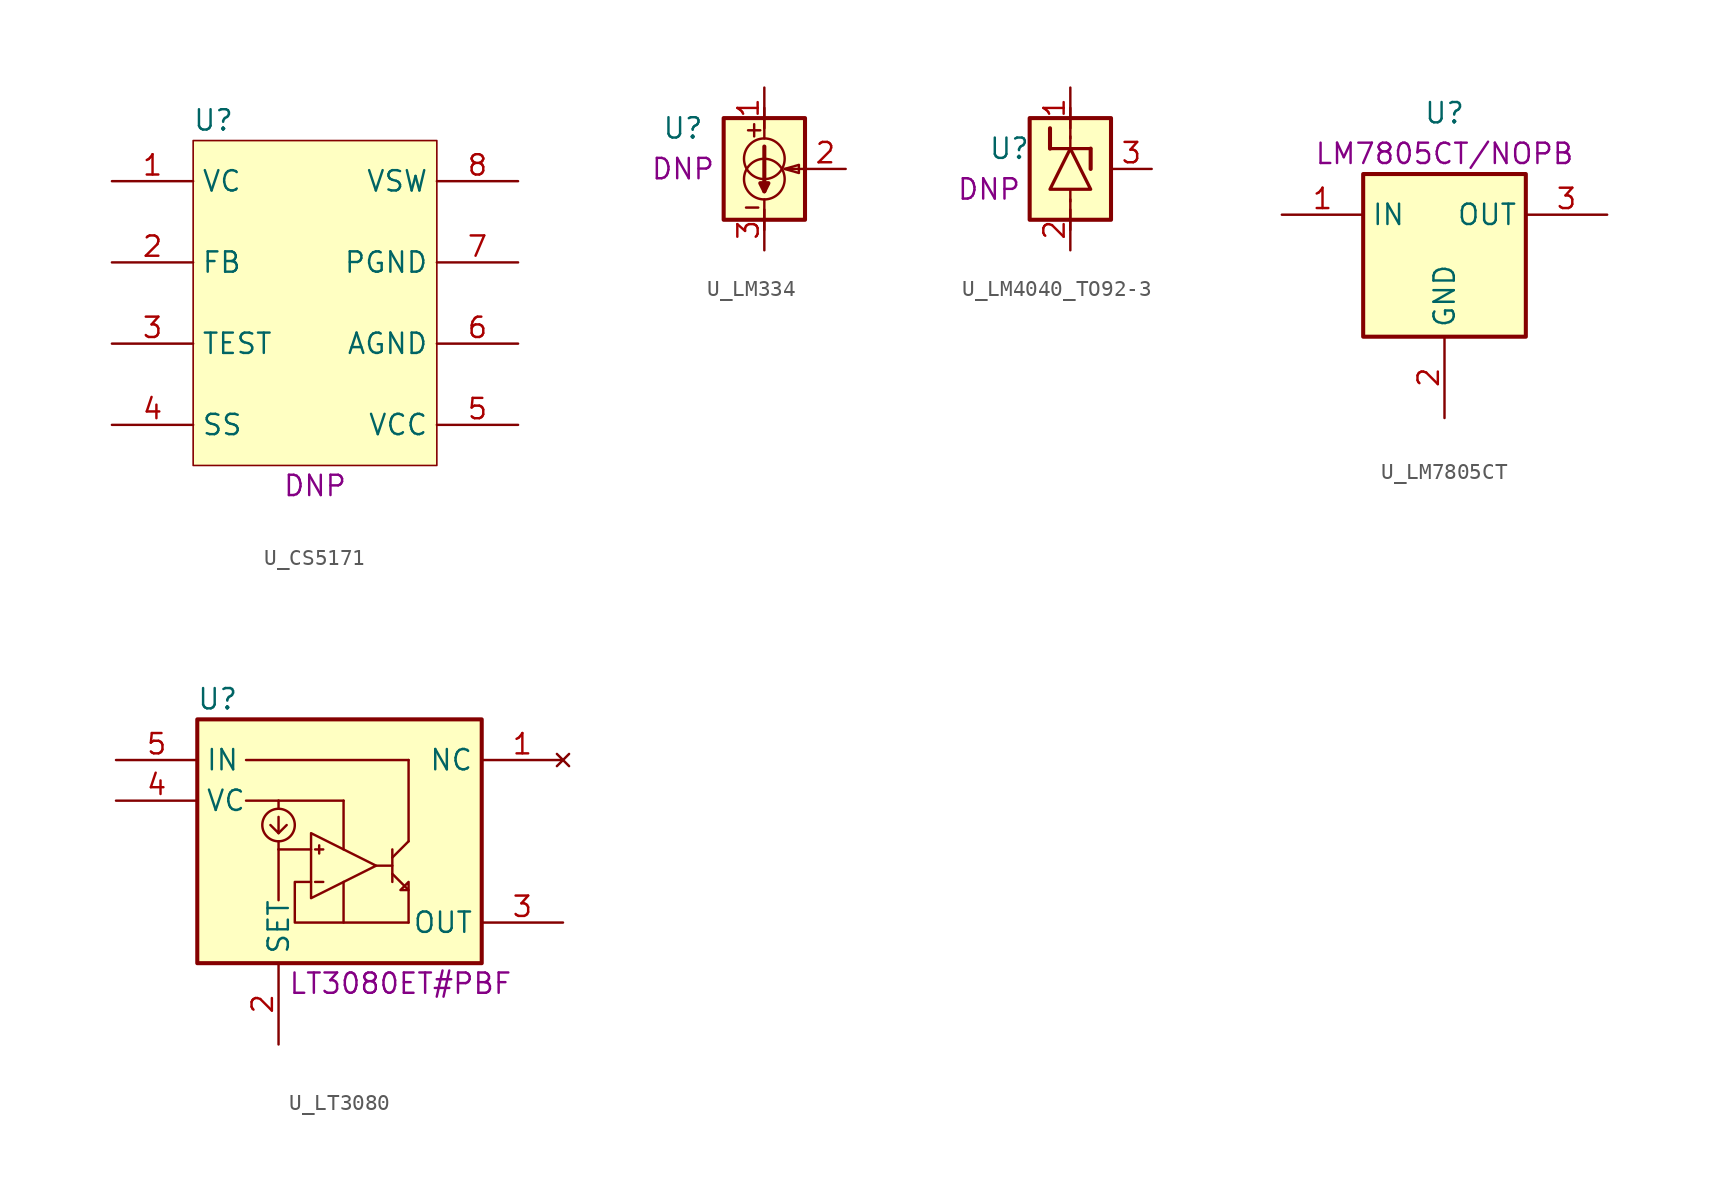
<source format=kicad_sym>
(kicad_symbol_lib
  (version 20211014)
  (generator kicad_symbol_editor)
  (symbol "U_CS5171"
    (property "Reference" "U"
      (at -6.35 11.43 0)
      (effects (font (size 1.27 1.27))))
    (property "MPN" "DNP"
      (at 0 -11.43 0)
      (effects (font (size 1.27 1.27))))
    (symbol "U_CS5171_0_1"
      (rectangle (start -7.62 10.16) (end 7.62 -10.16) (stroke (width 0.102) (type default) (color 0 0 0 0)) (fill (type background))))
    (symbol "U_CS5171_1_1"
      (pin bidirectional line (at -12.7 7.62 0) (length 5.08) (name "VC" (effects (font (size 1.27 1.27)))) (number "1" (effects (font (size 1.27 1.27)))))
      (pin input line (at -12.7 2.54 0) (length 5.08) (name "FB" (effects (font (size 1.27 1.27)))) (number "2" (effects (font (size 1.27 1.27)))))
      (pin bidirectional line (at -12.7 -2.54 0) (length 5.08) (name "TEST" (effects (font (size 1.27 1.27)))) (number "3" (effects (font (size 1.27 1.27)))))
      (pin input line (at -12.7 -7.62 0) (length 5.08) (name "SS" (effects (font (size 1.27 1.27)))) (number "4" (effects (font (size 1.27 1.27)))))
      (pin power_in line (at 12.7 -7.62 180) (length 5.08) (name "VCC" (effects (font (size 1.27 1.27)))) (number "5" (effects (font (size 1.27 1.27)))))
      (pin power_in line (at 12.7 -2.54 180) (length 5.08) (name "AGND" (effects (font (size 1.27 1.27)))) (number "6" (effects (font (size 1.27 1.27)))))
      (pin power_in line (at 12.7 2.54 180) (length 5.08) (name "PGND" (effects (font (size 1.27 1.27)))) (number "7" (effects (font (size 1.27 1.27)))))
      (pin output line (at 12.7 7.62 180) (length 5.08) (name "VSW" (effects (font (size 1.27 1.27)))) (number "8" (effects (font (size 1.27 1.27)))))))
  (symbol "U_LM334"
    (property "Reference" "U"
      (at -5.08 2.54 0)
      (effects (font (size 1.27 1.27))))
    (property "MPN" "DNP"
      (at -5.08 0 0)
      (effects (font (size 1.27 1.27))))
    (symbol "U_LM334_1_1"
      (rectangle (start -2.54 3.175) (end 2.54 -3.175) (stroke (width 0.254) (type default) (color 0 0 0 0)) (fill (type background)))
      (circle (center 0 -0.635) (radius 1.27) (stroke (width 0) (type default) (color 0 0 0 0)) (fill (type none)))
      (polyline (pts (xy -1.143 -2.413) (xy -0.381 -2.413)) (stroke (width 0) (type default) (color 0 0 0 0)) (fill (type none)))
      (polyline (pts (xy -1.016 2.413) (xy -0.254 2.413)) (stroke (width 0) (type default) (color 0 0 0 0)) (fill (type none)))
      (polyline (pts (xy -0.635 2.794) (xy -0.635 2.032)) (stroke (width 0) (type default) (color 0 0 0 0)) (fill (type none)))
      (polyline (pts (xy 0 -1.905) (xy 0 -3.81)) (stroke (width 0) (type default) (color 0 0 0 0)) (fill (type none)))
      (polyline (pts (xy 0 1.397) (xy 0 -1.397)) (stroke (width 0.254) (type default) (color 0 0 0 0)) (fill (type none)))
      (polyline (pts (xy 0 3.81) (xy 0 1.905)) (stroke (width 0) (type default) (color 0 0 0 0)) (fill (type none)))
      (polyline (pts (xy 2.54 0) (xy 1.27 0)) (stroke (width 0) (type default) (color 0 0 0 0)) (fill (type none)))
      (polyline (pts (xy 0 -1.397) (xy -0.254 -0.889) (xy 0.254 -0.889) (xy 0 -1.397)) (stroke (width 0.254) (type default) (color 0 0 0 0)) (fill (type none)))
      (polyline (pts (xy 1.27 0) (xy 2.159 0.254) (xy 2.159 -0.254) (xy 1.27 0)) (stroke (width 0) (type default) (color 0 0 0 0)) (fill (type none)))
      (circle (center 0 0.635) (radius 1.27) (stroke (width 0) (type default) (color 0 0 0 0)) (fill (type none)))
      (pin passive line (at 0 5.08 270) (length 2.54) (name "~" (effects (font (size 1.27 1.27)))) (number "1" (effects (font (size 1.27 1.27)))))
      (pin passive line (at 5.08 0 180) (length 2.54) (name "~" (effects (font (size 1.27 1.27)))) (number "2" (effects (font (size 1.27 1.27)))))
      (pin passive line (at 0 -5.08 90) (length 2.54) (name "~" (effects (font (size 1.27 1.27)))) (number "3" (effects (font (size 1.27 1.27)))))))
  (symbol "U_LM4040_TO92-3"
    (property "Reference" "U"
      (at -3.81 1.27 0)
      (effects (font (size 1.27 1.27))))
    (property "MPN" "DNP"
      (at -5.08 -1.27 0)
      (effects (font (size 1.27 1.27))))
    (symbol "U_LM4040_TO92-3_0_1"
      (polyline (pts (xy 0 -2.032) (xy 0 -1.27)) (stroke (width 0) (type default) (color 0 0 0 0)) (fill (type none)))
      (polyline (pts (xy 0 2.032) (xy 0 1.27)) (stroke (width 0) (type default) (color 0 0 0 0)) (fill (type none))))
    (symbol "U_LM4040_TO92-3_1_1"
      (rectangle (start -2.54 3.175) (end 2.54 -3.175) (stroke (width 0.254) (type default) (color 0 0 0 0)) (fill (type background)))
      (polyline (pts (xy -1.27 1.27) (xy -1.27 2.54)) (stroke (width 0.254) (type default) (color 0 0 0 0)) (fill (type none)))
      (polyline (pts (xy -1.27 1.27) (xy 1.27 1.27)) (stroke (width 0.203) (type default) (color 0 0 0 0)) (fill (type none)))
      (polyline (pts (xy 0 -1.905) (xy 0 -3.81)) (stroke (width 0) (type default) (color 0 0 0 0)) (fill (type none)))
      (polyline (pts (xy 0 3.81) (xy 0 1.905)) (stroke (width 0) (type default) (color 0 0 0 0)) (fill (type none)))
      (polyline (pts (xy 1.27 1.27) (xy 1.27 0)) (stroke (width 0.254) (type default) (color 0 0 0 0)) (fill (type none)))
      (polyline (pts (xy -1.27 -1.27) (xy 1.27 -1.27) (xy 0 1.27) (xy -1.27 -1.27)) (stroke (width 0.203) (type default) (color 0 0 0 0)) (fill (type none)))
      (pin passive line (at 0 5.08 270) (length 2.54) (name "~" (effects (font (size 1.27 1.27)))) (number "1" (effects (font (size 1.27 1.27)))))
      (pin passive line (at 0 -5.08 90) (length 2.54) (name "~" (effects (font (size 1.27 1.27)))) (number "2" (effects (font (size 1.27 1.27)))))
      (pin passive line (at 5.08 0 180) (length 2.54) (name "~" (effects (font (size 1.27 1.27)))) (number "3" (effects (font (size 1.27 1.27)))))))
  (symbol "U_LM7805CT"
    (property "Reference" "U"
      (at 0 8.89 0)
      (effects (font (size 1.27 1.27))))
    (property "MPN" "LM7805CT/NOPB"
      (at 0 6.35 0)
      (effects (font (size 1.27 1.27))))
    (symbol "U_LM7805CT_1_1"
      (rectangle (start -5.08 5.08) (end 5.08 -5.08) (stroke (width 0.254) (type default) (color 0 0 0 0)) (fill (type background)))
      (pin power_in line (at -10.16 2.54 0) (length 5.08) (name "IN" (effects (font (size 1.27 1.27)))) (number "1" (effects (font (size 1.27 1.27)))))
      (pin unspecified line (at 0 -10.16 90) (length 5.08) (name "GND" (effects (font (size 1.27 1.27)))) (number "2" (effects (font (size 1.27 1.27)))))
      (pin power_out line (at 10.16 2.54 180) (length 5.08) (name "OUT" (effects (font (size 1.27 1.27)))) (number "3" (effects (font (size 1.27 1.27)))))))
  (symbol "U_LT3080"
    (property "Reference" "U"
      (at -6.35 8.89 0)
      (effects (font (size 1.27 1.27))))
    (property "MPN" "LT3080ET#PBF"
      (at 5.08 -8.89 0)
      (effects (font (size 1.27 1.27))))
    (symbol "U_LT3080_0_1"
      (rectangle (start -7.62 7.62) (end 10.16 -7.62) (stroke (width 0.254) (type default) (color 0 0 0 0)) (fill (type background)))
      (circle (center -2.54 1.016) (radius 1.016) (stroke (width 0) (type default) (color 0 0 0 0)) (fill (type none)))
      (polyline (pts (xy -2.54 -0.508) (xy -2.54 -3.683)) (stroke (width 0) (type default) (color 0 0 0 0)) (fill (type none)))
      (polyline (pts (xy -2.54 -0.508) (xy -2.54 0)) (stroke (width 0) (type default) (color 0 0 0 0)) (fill (type none)))
      (polyline (pts (xy -2.54 -0.508) (xy -0.508 -0.508)) (stroke (width 0) (type default) (color 0 0 0 0)) (fill (type none)))
      (polyline (pts (xy -2.54 0.508) (xy -2.032 1.016)) (stroke (width 0) (type default) (color 0 0 0 0)) (fill (type none)))
      (polyline (pts (xy -2.54 2.032) (xy -2.54 2.54)) (stroke (width 0) (type default) (color 0 0 0 0)) (fill (type none)))
      (polyline (pts (xy -2.54 2.54) (xy -4.572 2.54)) (stroke (width 0) (type default) (color 0 0 0 0)) (fill (type none)))
      (polyline (pts (xy -2.54 2.54) (xy 1.524 2.54)) (stroke (width 0) (type default) (color 0 0 0 0)) (fill (type none)))
      (polyline (pts (xy -0.254 -2.54) (xy 0.254 -2.54)) (stroke (width 0) (type default) (color 0 0 0 0)) (fill (type none)))
      (polyline (pts (xy -0.254 -0.508) (xy 0.254 -0.508)) (stroke (width 0) (type default) (color 0 0 0 0)) (fill (type none)))
      (polyline (pts (xy 0 -0.254) (xy 0 -0.762)) (stroke (width 0) (type default) (color 0 0 0 0)) (fill (type none)))
      (polyline (pts (xy 1.524 -2.54) (xy 1.524 -5.08)) (stroke (width 0) (type default) (color 0 0 0 0)) (fill (type none)))
      (polyline (pts (xy 1.524 2.54) (xy 1.524 -0.508)) (stroke (width 0) (type default) (color 0 0 0 0)) (fill (type none)))
      (polyline (pts (xy 3.556 -1.524) (xy 4.572 -1.524)) (stroke (width 0) (type default) (color 0 0 0 0)) (fill (type none)))
      (polyline (pts (xy 4.572 -0.508) (xy 4.572 -2.54)) (stroke (width 0) (type default) (color 0 0 0 0)) (fill (type none)))
      (polyline (pts (xy 5.588 0) (xy 4.572 -1.016)) (stroke (width 0) (type default) (color 0 0 0 0)) (fill (type none)))
      (polyline (pts (xy 5.588 5.08) (xy 5.588 0)) (stroke (width 0) (type default) (color 0 0 0 0)) (fill (type none)))
      (polyline (pts (xy -4.572 5.08) (xy 5.588 5.08) (xy 5.461 5.08)) (stroke (width 0) (type default) (color 0 0 0 0)) (fill (type none)))
      (polyline (pts (xy -2.54 1.524) (xy -2.54 0.508) (xy -3.048 1.016)) (stroke (width 0) (type default) (color 0 0 0 0)) (fill (type none)))
      (polyline (pts (xy 4.572 -2.032) (xy 5.588 -3.048) (xy 5.588 -5.08)) (stroke (width 0) (type default) (color 0 0 0 0)) (fill (type none)))
      (polyline (pts (xy -0.508 0.508) (xy -0.508 -3.556) (xy 3.556 -1.524) (xy -0.508 0.508)) (stroke (width 0) (type default) (color 0 0 0 0)) (fill (type none)))
      (polyline (pts (xy 5.588 -3.048) (xy 5.588 -2.54) (xy 5.08 -3.048) (xy 5.588 -3.048)) (stroke (width 0) (type default) (color 0 0 0 0)) (fill (type none)))
      (polyline (pts (xy -0.508 -2.54) (xy -1.524 -2.54) (xy -1.524 -5.08) (xy 1.524 -5.08) (xy 5.588 -5.08)) (stroke (width 0) (type default) (color 0 0 0 0)) (fill (type none))))
    (symbol "U_LT3080_1_1"
      (pin no_connect line (at 15.24 5.08 180) (length 5.08) (name "NC" (effects (font (size 1.27 1.27)))) (number "1" (effects (font (size 1.27 1.27)))))
      (pin bidirectional line (at -2.54 -12.7 90) (length 5.08) (name "SET" (effects (font (size 1.27 1.27)))) (number "2" (effects (font (size 1.27 1.27)))))
      (pin output line (at 15.24 -5.08 180) (length 5.08) (name "OUT" (effects (font (size 1.27 1.27)))) (number "3" (effects (font (size 1.27 1.27)))))
      (pin input line (at -12.7 2.54 0) (length 5.08) (name "VC" (effects (font (size 1.27 1.27)))) (number "4" (effects (font (size 1.27 1.27)))))
      (pin input line (at -12.7 5.08 0) (length 5.08) (name "IN" (effects (font (size 1.27 1.27)))) (number "5" (effects (font (size 1.27 1.27))))))))
</source>
